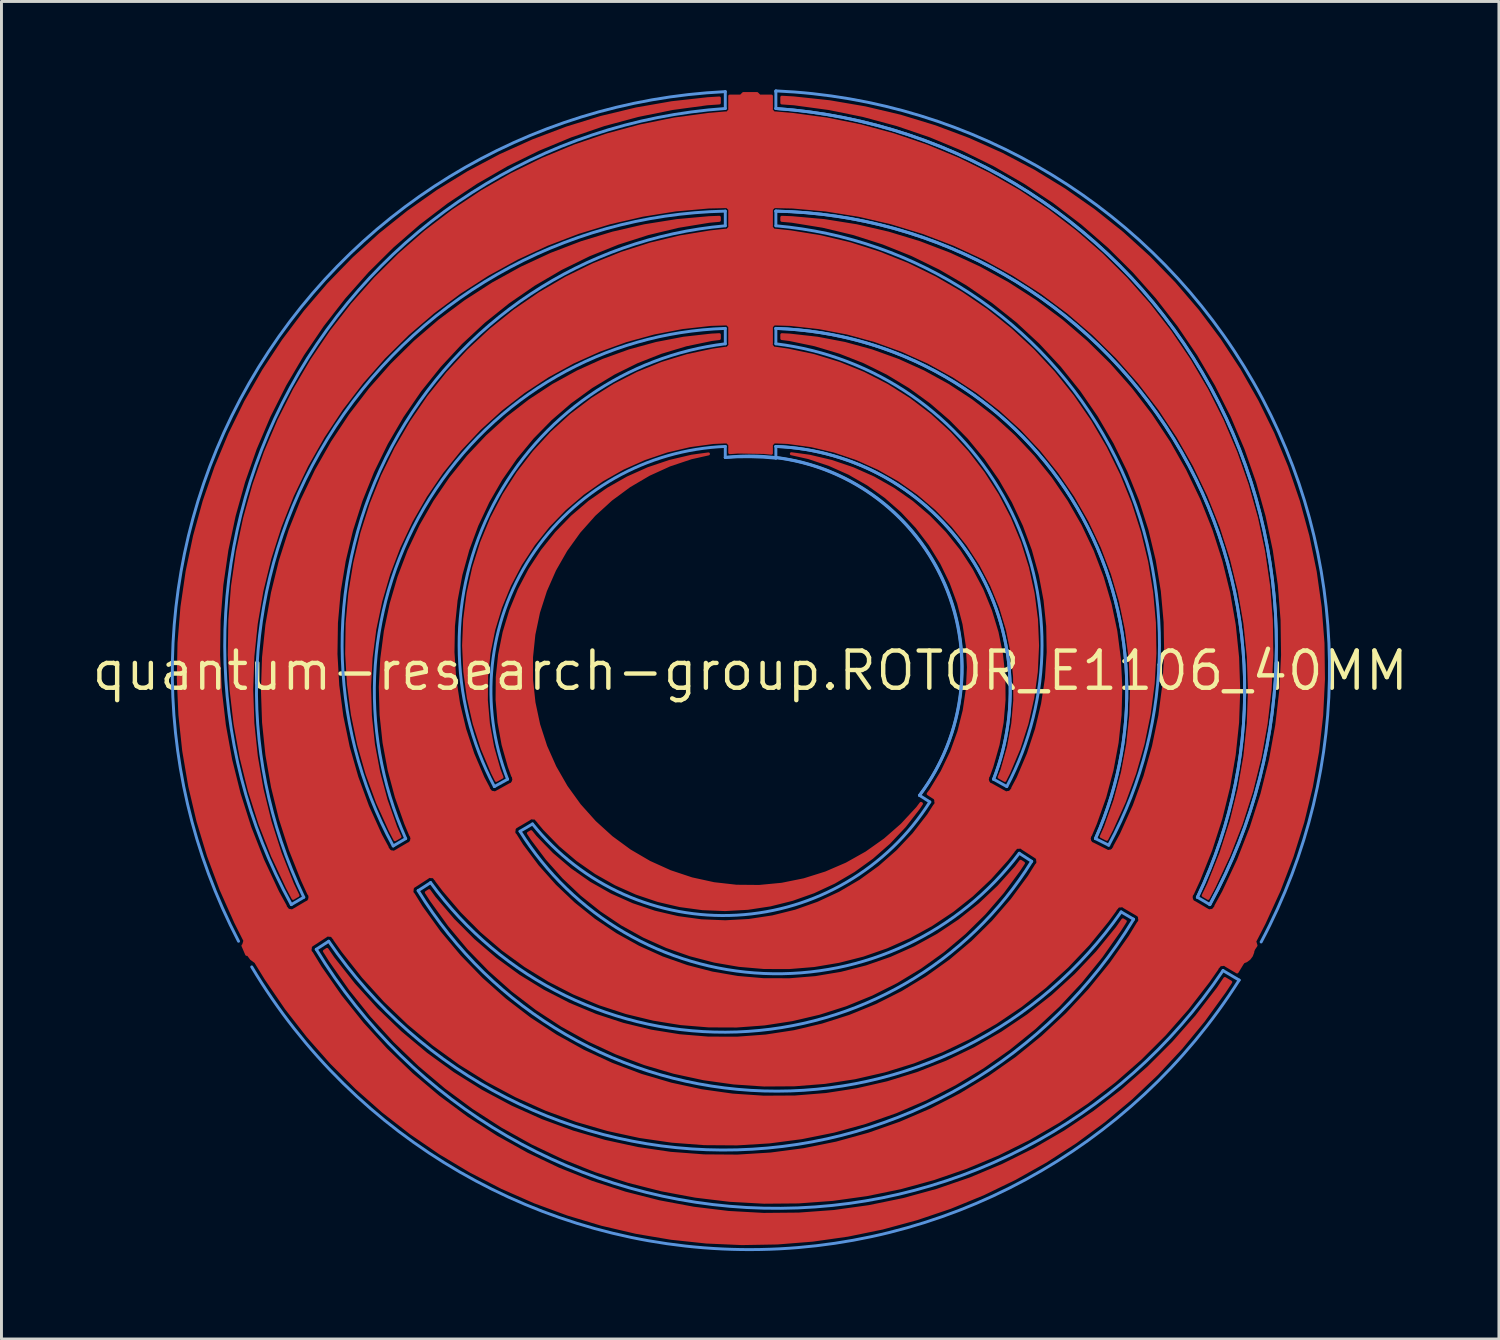
<source format=kicad_pcb>
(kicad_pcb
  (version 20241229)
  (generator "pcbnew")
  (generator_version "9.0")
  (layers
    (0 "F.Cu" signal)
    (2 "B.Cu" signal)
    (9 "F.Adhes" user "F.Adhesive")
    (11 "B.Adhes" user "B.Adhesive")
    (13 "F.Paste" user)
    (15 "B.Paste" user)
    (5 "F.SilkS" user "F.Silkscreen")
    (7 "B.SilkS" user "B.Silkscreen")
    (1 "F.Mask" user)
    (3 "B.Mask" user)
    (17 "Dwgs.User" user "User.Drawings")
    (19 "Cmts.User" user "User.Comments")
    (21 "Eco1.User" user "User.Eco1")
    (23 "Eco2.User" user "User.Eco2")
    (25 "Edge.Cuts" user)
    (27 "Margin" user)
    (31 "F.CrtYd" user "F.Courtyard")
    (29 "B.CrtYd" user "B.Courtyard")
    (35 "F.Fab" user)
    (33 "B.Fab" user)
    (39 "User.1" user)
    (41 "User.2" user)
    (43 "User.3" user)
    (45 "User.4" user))
  (footprint "quantum-research-group.ROTOR_E1106_40MM"
    (layer "F.Cu")
    (at 22.535 19.825)
    (property "Reference" "quantum-research-group.ROTOR_E1106_40MM" (at 0 0 0) (layer "F.SilkS") (effects (font (size 1.27 1.27) (thickness 0.15))))
    (attr smd)
    (fp_poly (pts (xy -0.423 -7.458) (xy -0.698 -7.438) (xy -0.698 -7.59) (xy -0.695 -7.593) (xy -0.698 -7.654) (xy -0.698 -7.713) (xy -0.7 -7.715) (xy -0.7 -7.719) (xy -0.746 -7.762) (xy -0.787 -7.802) (xy -0.79 -7.802) (xy -0.793 -7.805) (xy -0.854 -7.802) (xy -0.913 -7.802) (xy -0.915 -7.8) (xy -1.259 -7.785) (xy -1.26 -7.785) (xy -2.059 -7.676) (xy -2.059 -7.676) (xy -2.845 -7.491) (xy -2.845 -7.491) (xy -3.609 -7.232) (xy -3.61 -7.232) (xy -4.346 -6.902) (xy -4.346 -6.902) (xy -5.048 -6.504) (xy -5.048 -6.504) (xy -5.709 -6.04) (xy -5.709 -6.04) (xy -6.323 -5.516) (xy -6.323 -5.516) (xy -6.885 -4.936) (xy -7.389 -4.306) (xy -7.831 -3.631) (xy -8.206 -2.916) (xy -8.513 -2.169) (xy -8.747 -1.397) (xy -8.906 -0.606) (xy -8.99 0.197) (xy -8.998 1.004) (xy -8.928 1.808) (xy -8.783 2.602) (xy -8.783 2.602) (xy -8.563 3.379) (xy -8.563 3.379) (xy -8.465 3.631) (xy -8.66 3.74) (xy -8.791 3.478) (xy -9.139 2.653) (xy -9.414 1.8) (xy -9.612 0.926) (xy -9.733 0.038) (xy -9.775 -0.856) (xy -9.738 -1.752) (xy -9.623 -2.64) (xy -9.431 -3.515) (xy -9.162 -4.37) (xy -8.819 -5.197) (xy -8.405 -5.992) (xy -7.922 -6.746) (xy -7.375 -7.456) (xy -6.768 -8.115) (xy -6.105 -8.718) (xy -6.105 -8.718) (xy -5.392 -9.26) (xy -4.634 -9.738) (xy -3.837 -10.147) (xy -3.007 -10.484) (xy -2.151 -10.747) (xy -1.275 -10.934) (xy -0.839 -10.998) (xy -0.787 -10.998) (xy -0.779 -11.005) (xy -0.769 -11.006) (xy -0.735 -11.049) (xy -0.698 -11.087) (xy -0.698 -11.098) (xy -0.691 -11.106) (xy -0.698 -11.16) (xy -0.698 -11.615) (xy -0.696 -11.617) (xy -0.698 -11.678) (xy -0.698 -11.738) (xy -0.7 -11.74) (xy -0.7 -11.743) (xy -0.746 -11.786) (xy -0.787 -11.827) (xy -0.79 -11.827) (xy -0.792 -11.829) (xy -0.853 -11.827) (xy -0.913 -11.827) (xy -0.915 -11.825) (xy -1.345 -11.811) (xy -1.345 -11.811) (xy -2.32 -11.702) (xy -2.32 -11.702) (xy -3.283 -11.517) (xy -3.284 -11.517) (xy -4.229 -11.258) (xy -4.229 -11.258) (xy -5.152 -10.925) (xy -5.152 -10.925) (xy -6.046 -10.522) (xy -6.046 -10.522) (xy -6.906 -10.049) (xy -6.906 -10.049) (xy -7.726 -9.511) (xy -7.726 -9.511) (xy -8.502 -8.91) (xy -8.502 -8.91) (xy -9.228 -8.251) (xy -9.228 -8.251) (xy -9.228 -8.251) (xy -9.9 -7.537) (xy -9.9 -7.537) (xy -10.515 -6.772) (xy -10.515 -6.772) (xy -11.068 -5.962) (xy -11.068 -5.962) (xy -11.556 -5.111) (xy -11.556 -5.111) (xy -11.976 -4.224) (xy -11.976 -4.224) (xy -12.325 -3.307) (xy -12.325 -3.307) (xy -12.601 -2.366) (xy -12.601 -2.366) (xy -12.803 -1.406) (xy -12.803 -1.406) (xy -12.93 -0.434) (xy -12.93 -0.433) (xy -12.98 0.546) (xy -12.98 0.546) (xy -12.953 1.527) (xy -12.953 1.527) (xy -12.85 2.502) (xy -12.85 2.502) (xy -12.67 3.467) (xy -12.416 4.414) (xy -12.088 5.339) (xy -11.944 5.663) (xy -12.114 5.762) (xy -12.281 5.441) (xy -12.71 4.492) (xy -13.068 3.515) (xy -13.354 2.515) (xy -13.566 1.496) (xy -13.702 0.464) (xy -13.762 -0.575) (xy -13.747 -1.615) (xy -13.655 -2.652) (xy -13.487 -3.679) (xy -13.245 -4.691) (xy -12.929 -5.683) (xy -12.541 -6.649) (xy -12.084 -7.583) (xy -11.559 -8.482) (xy -10.971 -9.34) (xy -10.32 -10.153) (xy -9.612 -10.915) (xy -8.851 -11.624) (xy -8.039 -12.275) (xy -7.181 -12.865) (xy -6.283 -13.391) (xy -5.349 -13.849) (xy -4.384 -14.238) (xy -3.392 -14.555) (xy -2.381 -14.798) (xy -1.354 -14.967) (xy -0.843 -15.023) (xy -0.787 -15.023) (xy -0.781 -15.028) (xy -0.773 -15.029) (xy -0.737 -15.073) (xy -0.698 -15.112) (xy -0.698 -15.12) (xy -0.693 -15.126) (xy -0.698 -15.182) (xy -0.698 -15.614) (xy -0.696 -15.615) (xy -0.698 -15.679) (xy -0.698 -15.738) (xy -0.699 -15.739) (xy -0.699 -15.741) (xy -0.746 -15.787) (xy -0.787 -15.827) (xy -0.789 -15.827) (xy -0.79 -15.829) (xy -0.853 -15.827) (xy -0.913 -15.827) (xy -0.914 -15.826) (xy -1.421 -15.815) (xy -1.421 -15.815) (xy -2.552 -15.714) (xy -2.553 -15.714) (xy -3.674 -15.534) (xy -3.674 -15.534) (xy -4.781 -15.278) (xy -4.781 -15.278) (xy -5.867 -14.947) (xy -5.867 -14.947) (xy -6.928 -14.541) (xy -6.929 -14.541) (xy -7.959 -14.063) (xy -7.959 -14.063) (xy -8.954 -13.515) (xy -8.954 -13.515) (xy -9.91 -12.9) (xy -9.91 -12.9) (xy -10.82 -12.221) (xy -10.82 -12.221) (xy -11.682 -11.481) (xy -11.682 -11.48) (xy -12.491 -10.682) (xy -13.242 -9.831) (xy -13.934 -8.929) (xy -14.561 -7.982) (xy -15.122 -6.995) (xy -15.614 -5.971) (xy -16.034 -4.915) (xy -16.38 -3.833) (xy -16.651 -2.73) (xy -16.845 -1.61) (xy -16.962 -0.48) (xy -17 0.655) (xy -16.961 1.79) (xy -16.843 2.92) (xy -16.648 4.039) (xy -16.648 4.039) (xy -16.376 5.142) (xy -16.376 5.142) (xy -16.029 6.224) (xy -16.029 6.224) (xy -15.608 7.279) (xy -15.608 7.279) (xy -15.423 7.665) (xy -15.59 7.763) (xy -15.791 7.382) (xy -16.29 6.317) (xy -16.72 5.222) (xy -17.077 4.101) (xy -17.361 2.96) (xy -17.571 1.803) (xy -17.706 0.634) (xy -17.765 -0.54) (xy -17.748 -1.716) (xy -17.656 -2.889) (xy -17.487 -4.053) (xy -17.244 -5.203) (xy -16.927 -6.336) (xy -16.538 -7.446) (xy -16.078 -8.528) (xy -15.548 -9.578) (xy -14.952 -10.592) (xy -14.292 -11.566) (xy -13.57 -12.494) (xy -12.79 -13.374) (xy -11.955 -14.202) (xy -11.068 -14.974) (xy -10.133 -15.688) (xy -9.153 -16.339) (xy -8.134 -16.926) (xy -7.079 -17.445) (xy -5.992 -17.896) (xy -4.879 -18.275) (xy -3.744 -18.582) (xy -2.591 -18.815) (xy -1.425 -18.972) (xy -0.844 -19.023) (xy -0.787 -19.023) (xy -0.783 -19.027) (xy -0.776 -19.027) (xy -0.738 -19.072) (xy -0.698 -19.112) (xy -0.698 -19.118) (xy -0.694 -19.123) (xy -0.698 -19.18) (xy -0.698 -19.598) (xy -0.318 -19.598) (xy -0.231 -19.685) (xy 0.231 -19.685) (xy 0.318 -19.598) (xy 0.723 -19.598) (xy 0.723 -19.18) (xy 0.719 -19.123) (xy 0.723 -19.118) (xy 0.723 -19.112) (xy 0.763 -19.072) (xy 0.801 -19.027) (xy 0.808 -19.027) (xy 0.812 -19.023) (xy 0.869 -19.023) (xy 1.45 -18.972) (xy 2.616 -18.815) (xy 3.769 -18.582) (xy 4.904 -18.275) (xy 6.017 -17.896) (xy 7.104 -17.445) (xy 8.159 -16.926) (xy 9.178 -16.339) (xy 10.157 -15.688) (xy 11.092 -14.974) (xy 11.98 -14.202) (xy 12.815 -13.374) (xy 13.595 -12.494) (xy 14.317 -11.566) (xy 14.977 -10.592) (xy 15.573 -9.579) (xy 16.102 -8.528) (xy 16.563 -7.446) (xy 16.952 -6.336) (xy 17.269 -5.204) (xy 17.512 -4.053) (xy 17.681 -2.889) (xy 17.773 -1.716) (xy 17.79 -0.54) (xy 17.731 0.634) (xy 17.596 1.803) (xy 17.386 2.96) (xy 17.102 4.101) (xy 16.744 5.221) (xy 16.315 6.317) (xy 15.816 7.382) (xy 15.615 7.763) (xy 15.448 7.665) (xy 15.633 7.279) (xy 15.633 7.279) (xy 16.054 6.224) (xy 16.054 6.224) (xy 16.401 5.142) (xy 16.401 5.142) (xy 16.673 4.039) (xy 16.673 4.039) (xy 16.868 2.92) (xy 16.986 1.79) (xy 17.025 0.655) (xy 16.987 -0.48) (xy 16.87 -1.611) (xy 16.676 -2.73) (xy 16.405 -3.833) (xy 16.059 -4.915) (xy 15.639 -5.971) (xy 15.147 -6.995) (xy 14.586 -7.983) (xy 13.959 -8.93) (xy 13.958 -8.93) (xy 13.267 -9.831) (xy 12.515 -10.682) (xy 12.515 -10.683) (xy 12.515 -10.683) (xy 11.707 -11.48) (xy 11.707 -11.48) (xy 10.845 -12.221) (xy 10.845 -12.221) (xy 9.935 -12.9) (xy 9.934 -12.9) (xy 8.979 -13.515) (xy 8.979 -13.515) (xy 7.984 -14.063) (xy 7.984 -14.063) (xy 6.954 -14.541) (xy 6.954 -14.541) (xy 5.893 -14.946) (xy 5.892 -14.946) (xy 4.806 -15.278) (xy 4.806 -15.278) (xy 3.699 -15.534) (xy 3.699 -15.534) (xy 2.578 -15.714) (xy 2.577 -15.714) (xy 1.446 -15.815) (xy 1.446 -15.815) (xy 0.939 -15.826) (xy 0.938 -15.827) (xy 0.874 -15.827) (xy 0.815 -15.829) (xy 0.814 -15.827) (xy 0.812 -15.827) (xy 0.769 -15.784) (xy 0.724 -15.741) (xy 0.724 -15.739) (xy 0.723 -15.738) (xy 0.723 -15.679) (xy 0.721 -15.615) (xy 0.723 -15.614) (xy 0.723 -15.182) (xy 0.718 -15.126) (xy 0.723 -15.12) (xy 0.723 -15.112) (xy 0.762 -15.073) (xy 0.799 -15.029) (xy 0.807 -15.028) (xy 0.812 -15.023) (xy 0.867 -15.023) (xy 1.379 -14.968) (xy 2.405 -14.801) (xy 3.417 -14.559) (xy 4.408 -14.243) (xy 5.374 -13.856) (xy 6.308 -13.399) (xy 7.207 -12.875) (xy 8.065 -12.287) (xy 8.065 -12.287) (xy 8.877 -11.637) (xy 8.877 -11.637) (xy 9.64 -10.93) (xy 10.348 -10.168) (xy 10.999 -9.357) (xy 11.589 -8.5) (xy 12.115 -7.603) (xy 12.573 -6.669) (xy 12.962 -5.704) (xy 13.279 -4.713) (xy 13.523 -3.702) (xy 13.692 -2.675) (xy 13.785 -1.639) (xy 13.803 -0.599) (xy 13.743 0.439) (xy 13.609 1.47) (xy 13.399 2.489) (xy 13.114 3.49) (xy 12.758 4.467) (xy 12.33 5.415) (xy 12.159 5.747) (xy 11.973 5.654) (xy 12.113 5.339) (xy 12.113 5.339) (xy 12.441 4.414) (xy 12.441 4.414) (xy 12.695 3.467) (xy 12.695 3.466) (xy 12.874 2.502) (xy 12.874 2.502) (xy 12.978 1.527) (xy 12.978 1.527) (xy 13.005 0.546) (xy 13.005 0.546) (xy 12.955 -0.433) (xy 12.955 -0.434) (xy 12.828 -1.406) (xy 12.828 -1.406) (xy 12.626 -2.366) (xy 12.35 -3.307) (xy 12.35 -3.308) (xy 12.001 -4.224) (xy 12.001 -4.224) (xy 11.581 -5.111) (xy 11.581 -5.111) (xy 11.093 -5.962) (xy 11.093 -5.962) (xy 10.54 -6.772) (xy 10.54 -6.772) (xy 9.925 -7.537) (xy 9.925 -7.537) (xy 9.253 -8.251) (xy 9.253 -8.251) (xy 8.527 -8.91) (xy 8.527 -8.91) (xy 7.751 -9.511) (xy 7.751 -9.511) (xy 6.931 -10.049) (xy 6.931 -10.049) (xy 6.071 -10.522) (xy 6.071 -10.522) (xy 5.177 -10.925) (xy 5.177 -10.925) (xy 4.255 -11.258) (xy 4.255 -11.258) (xy 3.308 -11.518) (xy 3.308 -11.518) (xy 2.345 -11.702) (xy 2.345 -11.702) (xy 1.37 -11.811) (xy 1.37 -11.811) (xy 0.94 -11.825) (xy 0.938 -11.827) (xy 0.876 -11.827) (xy 0.817 -11.829) (xy 0.815 -11.827) (xy 0.812 -11.827) (xy 0.77 -11.785) (xy 0.725 -11.743) (xy 0.725 -11.74) (xy 0.723 -11.738) (xy 0.723 -11.677) (xy 0.721 -11.617) (xy 0.723 -11.615) (xy 0.723 -11.159) (xy 0.716 -11.106) (xy 0.723 -11.098) (xy 0.723 -11.087) (xy 0.76 -11.049) (xy 0.794 -11.006) (xy 0.804 -11.005) (xy 0.812 -10.998) (xy 0.864 -10.998) (xy 1.3 -10.934) (xy 2.176 -10.747) (xy 3.032 -10.484) (xy 3.862 -10.147) (xy 4.659 -9.738) (xy 5.417 -9.26) (xy 6.13 -8.718) (xy 6.793 -8.115) (xy 7.4 -7.456) (xy 7.947 -6.746) (xy 8.43 -5.992) (xy 8.844 -5.197) (xy 9.187 -4.37) (xy 9.456 -3.515) (xy 9.648 -2.64) (xy 9.648 -2.64) (xy 9.763 -1.752) (xy 9.8 -0.856) (xy 9.758 0.038) (xy 9.637 0.926) (xy 9.439 1.8) (xy 9.164 2.653) (xy 8.816 3.478) (xy 8.685 3.74) (xy 8.49 3.631) (xy 8.588 3.379) (xy 8.588 3.379) (xy 8.808 2.602) (xy 8.808 2.602) (xy 8.953 1.808) (xy 9.023 1.004) (xy 9.023 1.004) (xy 9.015 0.197) (xy 9.015 0.197) (xy 8.931 -0.606) (xy 8.931 -0.606) (xy 8.772 -1.397) (xy 8.772 -1.397) (xy 8.538 -2.169) (xy 8.538 -2.169) (xy 8.231 -2.916) (xy 8.231 -2.916) (xy 7.856 -3.631) (xy 7.856 -3.631) (xy 7.414 -4.306) (xy 7.414 -4.306) (xy 6.91 -4.936) (xy 6.91 -4.936) (xy 6.348 -5.516) (xy 6.348 -5.516) (xy 5.734 -6.04) (xy 5.734 -6.04) (xy 5.073 -6.504) (xy 5.073 -6.504) (xy 4.371 -6.902) (xy 4.371 -6.902) (xy 3.635 -7.232) (xy 3.634 -7.232) (xy 2.87 -7.491) (xy 2.87 -7.491) (xy 2.084 -7.676) (xy 2.084 -7.676) (xy 1.284 -7.785) (xy 1.284 -7.785) (xy 0.941 -7.8) (xy 0.938 -7.802) (xy 0.876 -7.802) (xy 0.818 -7.805) (xy 0.816 -7.802) (xy 0.812 -7.802) (xy 0.77 -7.76) (xy 0.725 -7.719) (xy 0.725 -7.715) (xy 0.723 -7.713) (xy 0.723 -7.654) (xy 0.72 -7.593) (xy 0.723 -7.59) (xy 0.723 -7.418) (xy 0.454 -7.445)) (stroke (width 0.102) (type default)) (fill yes) (layer "F.Cu"))
    (fp_poly (pts (xy 9.485 2.836) (xy 9.763 1.993) (xy 9.97 1.13) (xy 10.103 0.252) (xy 10.162 -0.633) (xy 10.146 -1.521) (xy 10.055 -2.404) (xy 9.891 -3.276) (xy 9.654 -4.131) (xy 9.346 -4.964) (xy 9.346 -4.964) (xy 8.969 -5.768) (xy 8.969 -5.768) (xy 8.526 -6.537) (xy 8.526 -6.537) (xy 8.019 -7.266) (xy 8.019 -7.266) (xy 7.454 -7.95) (xy 7.454 -7.95) (xy 6.832 -8.584) (xy 6.832 -8.584) (xy 6.16 -9.163) (xy 6.16 -9.163) (xy 5.441 -9.684) (xy 5.441 -9.684) (xy 4.681 -10.143) (xy 4.681 -10.143) (xy 3.886 -10.536) (xy 3.885 -10.536) (xy 3.059 -10.861) (xy 3.059 -10.861) (xy 2.209 -11.116) (xy 2.209 -11.116) (xy 1.34 -11.297) (xy 1.34 -11.297) (xy 1.078 -11.33) (xy 1.078 -11.461) (xy 1.344 -11.447) (xy 2.29 -11.341) (xy 3.226 -11.162) (xy 4.144 -10.91) (xy 5.04 -10.587) (xy 5.908 -10.195) (xy 6.743 -9.736) (xy 7.539 -9.214) (xy 8.292 -8.631) (xy 8.997 -7.99) (xy 9.65 -7.297) (xy 10.247 -6.555) (xy 10.784 -5.768) (xy 11.257 -4.942) (xy 11.665 -4.081) (xy 12.004 -3.191) (xy 12.272 -2.277) (xy 12.469 -1.345) (xy 12.591 -0.401) (xy 12.64 0.55) (xy 12.614 1.502) (xy 12.513 2.45) (xy 12.339 3.386) (xy 12.092 4.306) (xy 11.774 5.204) (xy 11.603 5.609) (xy 11.572 5.641) (xy 11.572 5.682) (xy 11.555 5.719) (xy 11.572 5.763) (xy 11.572 5.809) (xy 11.601 5.838) (xy 11.616 5.876) (xy 11.689 5.909) (xy 12.131 6.13) (xy 12.202 6.169) (xy 12.254 6.153) (xy 12.309 6.153) (xy 12.332 6.13) (xy 12.364 6.121) (xy 12.39 6.072) (xy 12.428 6.034) (xy 12.428 6.002) (xy 12.658 5.578) (xy 12.658 5.578) (xy 13.096 4.605) (xy 13.096 4.605) (xy 13.462 3.603) (xy 13.462 3.603) (xy 13.753 2.576) (xy 13.753 2.576) (xy 13.969 1.531) (xy 13.969 1.531) (xy 14.107 0.473) (xy 14.107 0.473) (xy 14.168 -0.592) (xy 14.168 -0.592) (xy 14.15 -1.659) (xy 14.054 -2.722) (xy 13.881 -3.774) (xy 13.631 -4.812) (xy 13.306 -5.828) (xy 12.907 -6.817) (xy 12.437 -7.775) (xy 11.898 -8.696) (xy 11.293 -9.575) (xy 10.625 -10.407) (xy 10.625 -10.407) (xy 9.898 -11.188) (xy 9.898 -11.188) (xy 9.115 -11.914) (xy 8.282 -12.58) (xy 7.402 -13.184) (xy 7.402 -13.184) (xy 6.481 -13.721) (xy 6.481 -13.721) (xy 5.522 -14.19) (xy 5.522 -14.19) (xy 4.532 -14.587) (xy 4.532 -14.587) (xy 3.515 -14.911) (xy 3.515 -14.911) (xy 2.477 -15.159) (xy 2.477 -15.159) (xy 1.424 -15.33) (xy 1.424 -15.33) (xy 1.078 -15.361) (xy 1.078 -15.464) (xy 1.426 -15.451) (xy 2.532 -15.351) (xy 3.629 -15.176) (xy 4.711 -14.925) (xy 5.774 -14.601) (xy 6.811 -14.204) (xy 7.819 -13.737) (xy 8.792 -13.201) (xy 9.726 -12.6) (xy 10.617 -11.936) (xy 11.459 -11.212) (xy 12.25 -10.432) (xy 12.985 -9.599) (xy 12.985 -9.599) (xy 13.661 -8.717) (xy 14.275 -7.792) (xy 14.823 -6.825) (xy 15.304 -5.824) (xy 15.715 -4.792) (xy 16.053 -3.734) (xy 16.318 -2.655) (xy 16.508 -1.56) (xy 16.622 -0.456) (xy 16.66 0.655) (xy 16.622 1.765) (xy 16.506 2.87) (xy 16.316 3.964) (xy 16.05 5.043) (xy 15.71 6.1) (xy 15.299 7.132) (xy 15.081 7.607) (xy 15.047 7.641) (xy 15.047 7.678) (xy 15.03 7.713) (xy 15.047 7.76) (xy 15.047 7.809) (xy 15.074 7.836) (xy 15.086 7.872) (xy 15.155 7.905) (xy 15.502 8.109) (xy 15.503 8.112) (xy 15.574 8.151) (xy 15.62 8.178) (xy 15.623 8.178) (xy 15.651 8.194) (xy 15.704 8.178) (xy 15.759 8.178) (xy 15.782 8.155) (xy 15.812 8.147) (xy 15.839 8.098) (xy 15.878 8.059) (xy 15.878 8.027) (xy 16.142 7.547) (xy 16.142 7.547) (xy 16.651 6.461) (xy 16.651 6.461) (xy 17.088 5.344) (xy 17.088 5.344) (xy 17.453 4.201) (xy 17.453 4.201) (xy 17.743 3.037) (xy 17.743 3.037) (xy 17.957 1.856) (xy 17.957 1.856) (xy 18.095 0.664) (xy 18.155 -0.534) (xy 18.155 -0.534) (xy 18.138 -1.733) (xy 18.138 -1.733) (xy 18.044 -2.929) (xy 18.044 -2.929) (xy 17.872 -4.117) (xy 17.872 -4.117) (xy 17.624 -5.29) (xy 17.624 -5.29) (xy 17.3 -6.446) (xy 17.3 -6.446) (xy 16.903 -7.578) (xy 16.903 -7.578) (xy 16.434 -8.682) (xy 16.434 -8.682) (xy 15.894 -9.753) (xy 15.894 -9.753) (xy 15.286 -10.787) (xy 15.286 -10.787) (xy 14.612 -11.78) (xy 14.612 -11.78) (xy 13.876 -12.727) (xy 13.876 -12.728) (xy 13.08 -13.625) (xy 13.08 -13.625) (xy 13.08 -13.625) (xy 12.228 -14.47) (xy 12.228 -14.47) (xy 11.323 -15.257) (xy 11.323 -15.257) (xy 10.369 -15.985) (xy 10.369 -15.985) (xy 9.37 -16.649) (xy 9.37 -16.649) (xy 8.331 -17.248) (xy 8.331 -17.248) (xy 7.255 -17.778) (xy 7.254 -17.778) (xy 6.146 -18.238) (xy 6.146 -18.238) (xy 5.011 -18.625) (xy 3.852 -18.937) (xy 2.676 -19.175) (xy 1.488 -19.336) (xy 1.078 -19.364) (xy 1.078 -19.559) (xy 1.481 -19.536) (xy 2.706 -19.405) (xy 3.92 -19.197) (xy 5.119 -18.913) (xy 6.298 -18.554) (xy 7.451 -18.121) (xy 8.575 -17.617) (xy 9.665 -17.043) (xy 10.716 -16.401) (xy 11.725 -15.694) (xy 12.688 -14.925) (xy 13.6 -14.097) (xy 14.458 -13.213) (xy 15.259 -12.277) (xy 15.999 -11.292) (xy 16.675 -10.262) (xy 17.285 -9.192) (xy 17.827 -8.086) (xy 18.297 -6.947) (xy 18.695 -5.781) (xy 19.019 -4.593) (xy 19.267 -3.386) (xy 19.268 -3.386) (xy 19.439 -2.166) (xy 19.534 -0.938) (xy 19.55 0.294) (xy 19.489 1.524) (xy 19.351 2.748) (xy 19.136 3.961) (xy 18.845 5.158) (xy 18.478 6.335) (xy 18.039 7.486) (xy 17.528 8.606) (xy 17.246 9.154) (xy 17.206 9.228) (xy 17.249 9.369) (xy 17.064 9.647) (xy 17.016 9.647) (xy 16.939 9.724) (xy 16.605 10.273) (xy 16.234 10.053) (xy 16.169 10.009) (xy 16.105 10.022) (xy 16.041 10.022) (xy 16.025 10.037) (xy 16.003 10.042) (xy 15.967 10.095) (xy 15.922 10.141) (xy 15.922 10.161) (xy 15.621 10.593) (xy 14.904 11.522) (xy 14.129 12.403) (xy 13.299 13.232) (xy 12.417 14.005) (xy 12.417 14.005) (xy 11.486 14.72) (xy 10.512 15.374) (xy 9.497 15.963) (xy 8.447 16.485) (xy 7.364 16.938) (xy 6.255 17.321) (xy 5.124 17.631) (xy 3.974 17.867) (xy 2.812 18.029) (xy 1.642 18.115) (xy 0.469 18.125) (xy -0.703 18.06) (xy -1.867 17.919) (xy -3.021 17.703) (xy -4.158 17.413) (xy -5.274 17.051) (xy -6.364 16.616) (xy -7.423 16.113) (xy -8.448 15.542) (xy -9.434 14.906) (xy -10.377 14.208) (xy -11.273 13.45) (xy -12.118 12.636) (xy -12.909 11.769) (xy -13.642 10.853) (xy -14.314 9.891) (xy -14.521 9.562) (xy -14.431 9.503) (xy -14.222 9.81) (xy -14.222 9.81) (xy -13.516 10.704) (xy -13.516 10.704) (xy -12.75 11.548) (xy -12.75 11.548) (xy -12.75 11.548) (xy -11.928 12.337) (xy -11.928 12.337) (xy -11.054 13.068) (xy -11.054 13.068) (xy -10.132 13.737) (xy -10.131 13.737) (xy -9.165 14.34) (xy -9.165 14.34) (xy -8.16 14.876) (xy -8.159 14.876) (xy -7.12 15.341) (xy -7.119 15.341) (xy -6.05 15.733) (xy -6.05 15.733) (xy -4.956 16.051) (xy -4.956 16.051) (xy -3.842 16.293) (xy -3.842 16.293) (xy -2.715 16.458) (xy -2.715 16.458) (xy -1.579 16.544) (xy -1.579 16.544) (xy -0.44 16.552) (xy 0.698 16.482) (xy 1.827 16.334) (xy 2.944 16.108) (xy 4.043 15.805) (xy 5.118 15.428) (xy 6.164 14.978) (xy 7.177 14.457) (xy 8.152 13.867) (xy 9.084 13.212) (xy 9.969 12.493) (xy 9.969 12.493) (xy 10.802 11.716) (xy 10.802 11.716) (xy 11.579 10.883) (xy 12.298 9.999) (xy 12.954 9.068) (xy 12.954 9.068) (xy 13.236 8.601) (xy 13.278 8.559) (xy 13.278 8.532) (xy 13.292 8.508) (xy 13.278 8.45) (xy 13.278 8.391) (xy 13.259 8.372) (xy 13.252 8.345) (xy 13.201 8.314) (xy 13.2 8.313) (xy 13.184 8.303) (xy 13.108 8.258) (xy 13.107 8.258) (xy 12.76 8.054) (xy 12.698 8.01) (xy 12.632 8.022) (xy 12.566 8.022) (xy 12.552 8.036) (xy 12.532 8.039) (xy 12.494 8.094) (xy 12.447 8.141) (xy 12.447 8.159) (xy 12.178 8.527) (xy 11.523 9.33) (xy 10.81 10.083) (xy 10.044 10.782) (xy 9.229 11.423) (xy 8.369 12.002) (xy 7.469 12.517) (xy 6.534 12.964) (xy 5.569 13.342) (xy 4.578 13.648) (xy 3.568 13.88) (xy 2.543 14.039) (xy 1.51 14.121) (xy 0.473 14.128) (xy -0.561 14.058) (xy -1.588 13.914) (xy -2.601 13.694) (xy -3.595 13.401) (xy -4.566 13.035) (xy -5.506 12.6) (xy -6.413 12.097) (xy -7.28 11.529) (xy -8.103 10.899) (xy -8.878 10.21) (xy -9.601 9.466) (xy -10.266 8.671) (xy -10.872 7.83) (xy -11.045 7.561) (xy -10.951 7.5) (xy -10.775 7.742) (xy -10.775 7.742) (xy -10.137 8.491) (xy -10.137 8.491) (xy -10.137 8.491) (xy -9.442 9.188) (xy -9.442 9.188) (xy -8.694 9.828) (xy -8.694 9.828) (xy -7.899 10.408) (xy -7.899 10.408) (xy -7.061 10.923) (xy -7.061 10.923) (xy -6.185 11.372) (xy -6.185 11.372) (xy -5.277 11.751) (xy -5.277 11.751) (xy -4.342 12.057) (xy -4.342 12.057) (xy -3.386 12.29) (xy -3.386 12.29) (xy -2.414 12.447) (xy -2.414 12.447) (xy -1.434 12.528) (xy -1.433 12.528) (xy -0.45 12.531) (xy -0.449 12.531) (xy 0.532 12.458) (xy 1.504 12.309) (xy 2.462 12.083) (xy 3.4 11.784) (xy 4.311 11.412) (xy 5.19 10.97) (xy 6.032 10.46) (xy 6.832 9.887) (xy 7.584 9.252) (xy 7.584 9.252) (xy 8.284 8.561) (xy 8.928 7.817) (xy 9.512 7.025) (xy 9.76 6.627) (xy 9.803 6.584) (xy 9.803 6.558) (xy 9.817 6.536) (xy 9.803 6.476) (xy 9.803 6.416) (xy 9.785 6.397) (xy 9.779 6.372) (xy 9.705 6.326) (xy 9.292 6.059) (xy 9.23 6.012) (xy 9.16 6.022) (xy 9.091 6.022) (xy 9.08 6.033) (xy 9.064 6.035) (xy 9.021 6.091) (xy 8.972 6.141) (xy 8.972 6.155) (xy 8.748 6.438) (xy 8.179 7.073) (xy 7.558 7.658) (xy 6.889 8.188) (xy 6.179 8.661) (xy 5.431 9.072) (xy 4.652 9.419) (xy 3.846 9.7) (xy 3.846 9.7) (xy 3.019 9.911) (xy 2.178 10.053) (xy 1.328 10.123) (xy 0.474 10.121) (xy -0.376 10.048) (xy -1.217 9.903) (xy -2.042 9.688) (xy -2.847 9.405) (xy -3.625 9.055) (xy -4.371 8.641) (xy -5.08 8.165) (xy -5.746 7.632) (xy -6.365 7.044) (xy -6.932 6.407) (xy -7.444 5.724) (xy -7.563 5.542) (xy -7.473 5.489) (xy -7.329 5.669) (xy -7.329 5.669) (xy -6.763 6.252) (xy -6.763 6.252) (xy -6.144 6.778) (xy -6.144 6.778) (xy -5.479 7.244) (xy -5.478 7.244) (xy -4.771 7.644) (xy -4.771 7.644) (xy -4.029 7.975) (xy -4.029 7.975) (xy -3.26 8.234) (xy -3.259 8.234) (xy -2.468 8.419) (xy -2.468 8.419) (xy -1.663 8.528) (xy -1.663 8.528) (xy -0.852 8.561) (xy -0.851 8.561) (xy -0.04 8.516) (xy -0.04 8.516) (xy 0.763 8.394) (xy 0.763 8.394) (xy 1.551 8.197) (xy 1.551 8.197) (xy 2.317 7.926) (xy 2.317 7.926) (xy 3.054 7.583) (xy 3.054 7.583) (xy 3.754 7.172) (xy 3.755 7.172) (xy 4.413 6.696) (xy 4.413 6.696) (xy 5.024 6.16) (xy 5.024 6.16) (xy 5.024 6.16) (xy 5.581 5.569) (xy 5.581 5.568) (xy 6.079 4.927) (xy 6.079 4.927) (xy 6.285 4.603) (xy 6.328 4.559) (xy 6.328 4.534) (xy 6.342 4.513) (xy 6.328 4.452) (xy 6.328 4.391) (xy 6.31 4.373) (xy 6.305 4.348) (xy 6.228 4.3) (xy 6.069 4.197) (xy 6.16 4.076) (xy 6.16 4.076) (xy 6.545 3.442) (xy 6.545 3.441) (xy 6.866 2.772) (xy 6.866 2.772) (xy 7.117 2.074) (xy 7.117 2.074) (xy 7.298 1.354) (xy 7.298 1.354) (xy 7.407 0.62) (xy 7.407 0.62) (xy 7.442 -0.121) (xy 7.442 -0.121) (xy 7.402 -0.862) (xy 7.402 -0.862) (xy 7.29 -1.595) (xy 7.29 -1.595) (xy 7.104 -2.314) (xy 7.104 -2.314) (xy 6.848 -3.01) (xy 6.848 -3.01) (xy 6.524 -3.678) (xy 6.524 -3.678) (xy 6.135 -4.31) (xy 6.135 -4.31) (xy 5.686 -4.9) (xy 5.686 -4.9) (xy 5.179 -5.442) (xy 5.179 -5.442) (xy 4.621 -5.932) (xy 4.621 -5.932) (xy 4.017 -6.363) (xy 4.017 -6.363) (xy 3.373 -6.732) (xy 3.373 -6.732) (xy 2.696 -7.035) (xy 2.696 -7.035) (xy 1.992 -7.269) (xy 1.992 -7.269) (xy 1.403 -7.401) (xy 2.018 -7.317) (xy 2.769 -7.14) (xy 3.501 -6.892) (xy 4.206 -6.577) (xy 4.878 -6.195) (xy 5.511 -5.752) (xy 6.098 -5.25) (xy 6.636 -4.695) (xy 7.118 -4.092) (xy 7.541 -3.445) (xy 7.901 -2.762) (xy 8.194 -2.047) (xy 8.418 -1.308) (xy 8.571 -0.551) (xy 8.651 0.218) (xy 8.658 0.99) (xy 8.592 1.76) (xy 8.453 2.52) (xy 8.242 3.263) (xy 8.124 3.588) (xy 8.097 3.616) (xy 8.097 3.662) (xy 8.08 3.705) (xy 8.097 3.743) (xy 8.097 3.784) (xy 8.129 3.817) (xy 8.148 3.859) (xy 8.214 3.884) (xy 8.58 4.088) (xy 8.581 4.09) (xy 8.655 4.129) (xy 8.697 4.153) (xy 8.699 4.153) (xy 8.729 4.169) (xy 8.781 4.153) (xy 8.834 4.153) (xy 8.858 4.129) (xy 8.89 4.119) (xy 8.915 4.072) (xy 8.953 4.034) (xy 8.953 4) (xy 9.137 3.653)) (stroke (width 0.102) (type default)) (fill yes) (layer "F.Cu"))
    (fp_poly (pts (xy -17.3 9.376) (xy -17.281 9.366) (xy -17.231 9.205) (xy -17.27 9.131) (xy -17.546 8.582) (xy -18.046 7.46) (xy -18.476 6.309) (xy -18.832 5.134) (xy -19.114 3.938) (xy -19.32 2.728) (xy -19.45 1.506) (xy -19.504 0.279) (xy -19.48 -0.949) (xy -19.38 -2.173) (xy -19.203 -3.388) (xy -18.951 -4.59) (xy -18.624 -5.774) (xy -18.223 -6.936) (xy -17.75 -8.069) (xy -17.208 -9.171) (xy -16.597 -10.237) (xy -15.921 -11.262) (xy -15.182 -12.243) (xy -14.383 -13.176) (xy -13.527 -14.057) (xy -12.618 -14.883) (xy -12.618 -14.883) (xy -11.659 -15.65) (xy -10.654 -16.356) (xy -9.606 -16.997) (xy -8.52 -17.572) (xy -7.401 -18.077) (xy -6.252 -18.511) (xy -5.078 -18.873) (xy -3.884 -19.16) (xy -2.674 -19.372) (xy -1.453 -19.508) (xy -1.053 -19.533) (xy -1.053 -19.364) (xy -1.462 -19.336) (xy -1.463 -19.336) (xy -2.651 -19.175) (xy -2.651 -19.175) (xy -3.827 -18.937) (xy -3.827 -18.937) (xy -4.986 -18.625) (xy -4.986 -18.625) (xy -6.121 -18.238) (xy -6.121 -18.238) (xy -7.229 -17.778) (xy -7.229 -17.778) (xy -8.306 -17.248) (xy -8.306 -17.248) (xy -9.345 -16.649) (xy -9.345 -16.649) (xy -10.344 -15.985) (xy -11.298 -15.257) (xy -12.203 -14.47) (xy -12.203 -14.47) (xy -13.055 -13.625) (xy -13.851 -12.727) (xy -14.587 -11.78) (xy -15.261 -10.787) (xy -15.869 -9.753) (xy -16.409 -8.682) (xy -16.878 -7.578) (xy -17.276 -6.446) (xy -17.599 -5.29) (xy -17.847 -4.117) (xy -18.019 -2.929) (xy -18.113 -1.733) (xy -18.13 -0.534) (xy -18.07 0.664) (xy -18.07 0.664) (xy -17.933 1.856) (xy -17.933 1.856) (xy -17.718 3.037) (xy -17.718 3.037) (xy -17.428 4.201) (xy -17.428 4.201) (xy -17.064 5.344) (xy -17.064 5.344) (xy -16.626 6.461) (xy -16.626 6.461) (xy -16.117 7.547) (xy -16.117 7.547) (xy -15.853 8.027) (xy -15.853 8.059) (xy -15.814 8.098) (xy -15.787 8.147) (xy -15.757 8.155) (xy -15.734 8.178) (xy -15.679 8.178) (xy -15.626 8.194) (xy -15.598 8.178) (xy -15.595 8.178) (xy -15.549 8.151) (xy -15.478 8.112) (xy -15.477 8.109) (xy -15.13 7.904) (xy -15.061 7.872) (xy -15.049 7.836) (xy -15.022 7.809) (xy -15.022 7.76) (xy -15.005 7.713) (xy -15.022 7.679) (xy -15.022 7.641) (xy -15.056 7.607) (xy -15.274 7.132) (xy -15.685 6.1) (xy -16.025 5.043) (xy -16.291 3.964) (xy -16.291 3.964) (xy -16.482 2.87) (xy -16.597 1.765) (xy -16.635 0.655) (xy -16.598 -0.455) (xy -16.483 -1.56) (xy -16.293 -2.655) (xy -16.028 -3.734) (xy -15.69 -4.792) (xy -15.279 -5.824) (xy -14.799 -6.825) (xy -14.25 -7.791) (xy -13.636 -8.717) (xy -12.96 -9.599) (xy -12.225 -10.432) (xy -11.434 -11.212) (xy -10.592 -11.936) (xy -9.702 -12.6) (xy -8.768 -13.201) (xy -7.794 -13.737) (xy -6.787 -14.204) (xy -5.749 -14.601) (xy -4.686 -14.925) (xy -3.604 -15.176) (xy -2.507 -15.351) (xy -1.401 -15.451) (xy -1.053 -15.464) (xy -1.053 -15.361) (xy -1.4 -15.329) (xy -1.4 -15.329) (xy -2.453 -15.156) (xy -2.453 -15.156) (xy -3.491 -14.907) (xy -3.491 -14.907) (xy -4.507 -14.582) (xy -4.508 -14.582) (xy -5.498 -14.183) (xy -5.498 -14.183) (xy -6.456 -13.713) (xy -6.456 -13.713) (xy -7.377 -13.174) (xy -7.377 -13.174) (xy -8.257 -12.568) (xy -8.257 -12.568) (xy -9.089 -11.901) (xy -9.089 -11.901) (xy -9.871 -11.174) (xy -9.871 -11.173) (xy -10.597 -10.391) (xy -10.597 -10.391) (xy -11.264 -9.558) (xy -11.264 -9.558) (xy -11.868 -8.678) (xy -11.868 -8.678) (xy -12.406 -7.756) (xy -12.406 -7.756) (xy -12.875 -6.797) (xy -12.875 -6.797) (xy -13.273 -5.806) (xy -13.273 -5.806) (xy -13.597 -4.789) (xy -13.845 -3.751) (xy -14.017 -2.698) (xy -14.111 -1.634) (xy -14.127 -0.567) (xy -14.066 0.498) (xy -13.926 1.557) (xy -13.709 2.602) (xy -13.415 3.628) (xy -13.048 4.63) (xy -12.608 5.603) (xy -12.378 6.027) (xy -12.378 6.059) (xy -12.339 6.098) (xy -12.313 6.146) (xy -12.282 6.155) (xy -12.259 6.178) (xy -12.204 6.178) (xy -12.152 6.194) (xy -12.123 6.178) (xy -12.12 6.178) (xy -12.073 6.151) (xy -12.004 6.113) (xy -12.003 6.109) (xy -11.657 5.906) (xy -11.591 5.876) (xy -11.576 5.838) (xy -11.547 5.809) (xy -11.547 5.763) (xy -11.53 5.719) (xy -11.547 5.682) (xy -11.547 5.641) (xy -11.579 5.609) (xy -11.749 5.204) (xy -12.067 4.306) (xy -12.314 3.386) (xy -12.488 2.45) (xy -12.589 1.502) (xy -12.615 0.55) (xy -12.566 -0.401) (xy -12.443 -1.345) (xy -12.247 -2.277) (xy -11.979 -3.191) (xy -11.64 -4.081) (xy -11.232 -4.942) (xy -10.758 -5.768) (xy -10.222 -6.555) (xy -9.625 -7.297) (xy -8.972 -7.99) (xy -8.267 -8.631) (xy -7.514 -9.214) (xy -6.718 -9.736) (xy -5.883 -10.195) (xy -5.015 -10.587) (xy -4.119 -10.91) (xy -3.201 -11.162) (xy -2.265 -11.341) (xy -1.319 -11.447) (xy -1.053 -11.461) (xy -1.053 -11.33) (xy -1.315 -11.297) (xy -2.184 -11.116) (xy -3.034 -10.861) (xy -3.861 -10.536) (xy -4.656 -10.143) (xy -5.416 -9.684) (xy -5.416 -9.684) (xy -6.135 -9.163) (xy -6.135 -9.163) (xy -6.807 -8.584) (xy -7.429 -7.95) (xy -7.429 -7.95) (xy -7.994 -7.266) (xy -7.994 -7.266) (xy -8.501 -6.537) (xy -8.501 -6.537) (xy -8.944 -5.768) (xy -8.944 -5.768) (xy -9.321 -4.964) (xy -9.321 -4.964) (xy -9.629 -4.132) (xy -9.629 -4.131) (xy -9.866 -3.276) (xy -9.866 -3.276) (xy -10.03 -2.404) (xy -10.03 -2.404) (xy -10.121 -1.521) (xy -10.121 -1.521) (xy -10.137 -0.633) (xy -10.137 -0.633) (xy -10.078 0.252) (xy -10.078 0.252) (xy -9.945 1.13) (xy -9.945 1.13) (xy -9.738 1.993) (xy -9.738 1.993) (xy -9.46 2.836) (xy -9.46 2.836) (xy -9.112 3.653) (xy -9.112 3.653) (xy -8.928 4) (xy -8.928 4.034) (xy -8.89 4.072) (xy -8.865 4.119) (xy -8.833 4.129) (xy -8.809 4.153) (xy -8.755 4.153) (xy -8.704 4.169) (xy -8.675 4.153) (xy -8.672 4.153) (xy -8.629 4.129) (xy -8.556 4.09) (xy -8.555 4.088) (xy -8.188 3.884) (xy -8.123 3.859) (xy -8.104 3.817) (xy -8.072 3.784) (xy -8.072 3.743) (xy -8.055 3.705) (xy -8.072 3.662) (xy -8.072 3.616) (xy -8.1 3.588) (xy -8.217 3.263) (xy -8.428 2.52) (xy -8.567 1.76) (xy -8.567 1.76) (xy -8.633 0.99) (xy -8.626 0.218) (xy -8.546 -0.55) (xy -8.393 -1.308) (xy -8.169 -2.047) (xy -7.876 -2.762) (xy -7.516 -3.446) (xy -7.093 -4.092) (xy -6.611 -4.695) (xy -6.073 -5.25) (xy -5.486 -5.752) (xy -4.853 -6.195) (xy -4.181 -6.577) (xy -3.476 -6.893) (xy -2.744 -7.14) (xy -1.993 -7.317) (xy -1.424 -7.395) (xy -2.014 -7.263) (xy -2.014 -7.263) (xy -2.749 -7.017) (xy -3.454 -6.696) (xy -4.122 -6.303) (xy -4.746 -5.843) (xy -4.746 -5.843) (xy -5.318 -5.321) (xy -5.318 -5.321) (xy -5.833 -4.742) (xy -6.285 -4.113) (xy -6.67 -3.44) (xy -6.982 -2.731) (xy -7.219 -1.993) (xy -7.219 -1.993) (xy -7.378 -1.235) (xy -7.378 -1.234) (xy -7.458 -0.464) (xy -7.458 -0.464) (xy -7.457 0.311) (xy -7.457 0.311) (xy -7.375 1.081) (xy -7.375 1.082) (xy -7.214 1.839) (xy -7.214 1.839) (xy -6.975 2.576) (xy -6.975 2.577) (xy -6.66 3.285) (xy -6.66 3.285) (xy -6.274 3.957) (xy -6.274 3.957) (xy -5.821 4.585) (xy -5.821 4.585) (xy -5.304 5.162) (xy -5.304 5.162) (xy -5.304 5.162) (xy -4.73 5.683) (xy -4.73 5.683) (xy -4.105 6.141) (xy -4.105 6.141) (xy -3.436 6.532) (xy -3.436 6.532) (xy -2.73 6.851) (xy -2.73 6.851) (xy -1.995 7.096) (xy -1.995 7.096) (xy -1.238 7.262) (xy -1.238 7.262) (xy -0.468 7.349) (xy -0.468 7.349) (xy 0.307 7.356) (xy 0.307 7.356) (xy 1.078 7.282) (xy 1.078 7.282) (xy 1.838 7.128) (xy 1.838 7.128) (xy 2.577 6.896) (xy 2.577 6.896) (xy 3.288 6.589) (xy 3.288 6.589) (xy 3.964 6.209) (xy 3.964 6.209) (xy 4.596 5.761) (xy 4.596 5.761) (xy 5.179 5.251) (xy 5.179 5.25) (xy 5.705 4.682) (xy 5.705 4.682) (xy 5.824 4.523) (xy 5.841 4.534) (xy 5.739 4.688) (xy 5.265 5.298) (xy 4.735 5.861) (xy 4.154 6.371) (xy 3.527 6.823) (xy 2.861 7.214) (xy 2.16 7.54) (xy 1.431 7.798) (xy 0.681 7.986) (xy -0.083 8.102) (xy -0.855 8.145) (xy -1.627 8.114) (xy -2.393 8.01) (xy -3.146 7.834) (xy -3.878 7.587) (xy -4.584 7.272) (xy -5.257 6.892) (xy -5.89 6.449) (xy -6.479 5.948) (xy -7.018 5.394) (xy -7.222 5.151) (xy -7.222 5.141) (xy -7.273 5.09) (xy -7.319 5.032) (xy -7.332 5.031) (xy -7.341 5.022) (xy -7.413 5.022) (xy -7.486 5.014) (xy -7.541 5.057) (xy -7.883 5.259) (xy -7.886 5.258) (xy -7.957 5.302) (xy -7.975 5.313) (xy -7.977 5.315) (xy -8.029 5.347) (xy -8.035 5.373) (xy -8.053 5.391) (xy -8.053 5.452) (xy -8.067 5.511) (xy -8.053 5.533) (xy -8.053 5.559) (xy -8.01 5.602) (xy -7.787 5.959) (xy -7.787 5.959) (xy -7.254 6.67) (xy -7.254 6.67) (xy -6.663 7.333) (xy -6.663 7.333) (xy -6.019 7.945) (xy -6.019 7.945) (xy -5.326 8.5) (xy -4.588 8.995) (xy -3.812 9.426) (xy -3.002 9.791) (xy -2.164 10.086) (xy -1.304 10.309) (xy -0.429 10.46) (xy 0.456 10.536) (xy 1.344 10.538) (xy 2.229 10.465) (xy 3.106 10.318) (xy 3.966 10.098) (xy 4.805 9.806) (xy 4.805 9.806) (xy 5.616 9.445) (xy 5.616 9.445) (xy 6.395 9.017) (xy 6.395 9.017) (xy 7.134 8.524) (xy 7.134 8.524) (xy 7.83 7.972) (xy 7.83 7.972) (xy 8.476 7.363) (xy 8.476 7.363) (xy 9.069 6.702) (xy 9.069 6.702) (xy 9.223 6.498) (xy 9.319 6.56) (xy 9.168 6.791) (xy 9.168 6.791) (xy 8.604 7.557) (xy 8.603 7.557) (xy 7.981 8.277) (xy 7.981 8.277) (xy 7.303 8.945) (xy 6.576 9.559) (xy 5.803 10.113) (xy 4.989 10.606) (xy 4.139 11.033) (xy 3.258 11.393) (xy 2.351 11.682) (xy 1.425 11.9) (xy 0.485 12.045) (xy -0.464 12.116) (xy -1.416 12.112) (xy -2.364 12.034) (xy -3.303 11.882) (xy -4.228 11.657) (xy -5.132 11.361) (xy -6.01 10.995) (xy -6.857 10.561) (xy -7.667 10.062) (xy -8.436 9.502) (xy -9.159 8.883) (xy -9.831 8.209) (xy -10.448 7.485) (xy -10.697 7.157) (xy -10.697 7.141) (xy -10.745 7.093) (xy -10.785 7.037) (xy -10.803 7.035) (xy -10.816 7.022) (xy -10.884 7.022) (xy -10.951 7.011) (xy -11.016 7.058) (xy -11.432 7.327) (xy -11.503 7.371) (xy -11.509 7.397) (xy -11.528 7.416) (xy -11.528 7.476) (xy -11.542 7.535) (xy -11.528 7.557) (xy -11.528 7.584) (xy -11.485 7.627) (xy -11.219 8.061) (xy -11.219 8.061) (xy -10.595 8.927) (xy -10.595 8.927) (xy -9.909 9.745) (xy -9.909 9.745) (xy -9.166 10.51) (xy -9.166 10.51) (xy -8.368 11.219) (xy -8.368 11.219) (xy -7.521 11.868) (xy -7.521 11.868) (xy -6.628 12.453) (xy -6.628 12.453) (xy -5.695 12.971) (xy -5.695 12.971) (xy -4.726 13.419) (xy -4.726 13.419) (xy -3.728 13.795) (xy -3.728 13.795) (xy -2.704 14.097) (xy -2.704 14.097) (xy -1.661 14.323) (xy -1.661 14.323) (xy -0.604 14.472) (xy -0.604 14.472) (xy 0.46 14.543) (xy 0.461 14.543) (xy 1.528 14.537) (xy 1.528 14.537) (xy 2.591 14.452) (xy 2.591 14.452) (xy 3.646 14.289) (xy 3.646 14.289) (xy 4.686 14.05) (xy 4.686 14.05) (xy 5.706 13.735) (xy 5.706 13.735) (xy 6.7 13.346) (xy 7.662 12.885) (xy 8.589 12.355) (xy 9.474 11.759) (xy 10.313 11.099) (xy 11.101 10.38) (xy 11.101 10.38) (xy 11.835 9.605) (xy 12.51 8.778) (xy 12.709 8.495) (xy 12.792 8.544) (xy 12.605 8.84) (xy 11.966 9.748) (xy 11.966 9.748) (xy 11.266 10.61) (xy 11.266 10.61) (xy 10.508 11.422) (xy 9.696 12.18) (xy 8.833 12.88) (xy 7.925 13.519) (xy 6.974 14.094) (xy 5.987 14.602) (xy 4.966 15.041) (xy 3.918 15.408) (xy 2.848 15.703) (xy 1.759 15.923) (xy 0.658 16.068) (xy -0.451 16.136) (xy -1.562 16.128) (xy -2.669 16.044) (xy -3.768 15.884) (xy -4.853 15.648) (xy -5.92 15.338) (xy -6.963 14.956) (xy -7.977 14.502) (xy -8.957 13.98) (xy -9.899 13.392) (xy -10.798 12.74) (xy -11.651 12.027) (xy -12.452 11.258) (xy -13.198 10.436) (xy -13.886 9.564) (xy -14.172 9.16) (xy -14.172 9.141) (xy -14.218 9.095) (xy -14.255 9.041) (xy -14.276 9.037) (xy -14.291 9.022) (xy -14.356 9.022) (xy -14.42 9.01) (xy -14.49 9.057) (xy -14.905 9.326) (xy -14.977 9.37) (xy -14.984 9.397) (xy -15.003 9.416) (xy -15.003 9.475) (xy -15.017 9.534) (xy -15.003 9.557) (xy -15.003 9.584) (xy -14.961 9.626) (xy -14.662 10.118) (xy -14.662 10.118) (xy -13.975 11.102) (xy -13.975 11.102) (xy -13.225 12.039) (xy -13.225 12.039) (xy -12.416 12.926) (xy -12.416 12.926) (xy -12.416 12.926) (xy -11.552 13.759) (xy -11.552 13.759) (xy -10.635 14.534) (xy -10.635 14.534) (xy -9.671 15.248) (xy -9.671 15.248) (xy -8.662 15.899) (xy -8.662 15.899) (xy -7.614 16.483) (xy -7.614 16.483) (xy -6.53 16.998) (xy -6.53 16.998) (xy -5.415 17.442) (xy -5.415 17.442) (xy -4.273 17.813) (xy -3.11 18.109) (xy -1.931 18.33) (xy -0.739 18.474) (xy 0.459 18.541) (xy 1.659 18.53) (xy 2.856 18.442) (xy 4.045 18.277) (xy 5.221 18.035) (xy 6.378 17.718) (xy 7.513 17.327) (xy 8.62 16.863) (xy 9.694 16.329) (xy 10.732 15.726) (xy 11.729 15.058) (xy 11.729 15.058) (xy 12.681 14.327) (xy 13.583 13.536) (xy 13.583 13.536) (xy 14.432 12.688) (xy 14.432 12.687) (xy 15.225 11.787) (xy 15.225 11.786) (xy 15.958 10.836) (xy 15.958 10.836) (xy 16.186 10.497) (xy 16.389 10.617) (xy 16.172 10.947) (xy 15.464 11.926) (xy 14.696 12.86) (xy 13.872 13.744) (xy 12.995 14.576) (xy 12.069 15.353) (xy 11.096 16.07) (xy 10.081 16.726) (xy 9.027 17.318) (xy 7.939 17.844) (xy 6.82 18.302) (xy 5.675 18.689) (xy 4.508 19.006) (xy 3.325 19.249) (xy 2.128 19.419) (xy 0.923 19.515) (xy -0.285 19.536) (xy -1.493 19.483) (xy -2.695 19.355) (xy -3.887 19.153) (xy -5.064 18.878) (xy -6.221 18.53) (xy -7.356 18.112) (xy -8.462 17.625) (xy -9.536 17.07) (xy -10.573 16.45) (xy -11.57 15.767) (xy -12.524 15.024) (xy -13.429 14.223) (xy -13.429 14.223) (xy -14.284 13.368) (xy -15.083 12.462) (xy -15.826 11.508) (xy -16.508 10.51) (xy -16.824 9.998) (xy -16.961 9.751) (xy -17.041 9.672) (xy -17.173 9.672)) (stroke (width 0.102) (type default)) (fill yes) (layer "F.Cu"))
    (fp_line (start -15.225 7.725) (end -15.65 7.975) (stroke (width 0.1) (type default)) (layer "Cmts.User"))
    (fp_line (start -14.8 9.5) (end -14.375 9.225) (stroke (width 0.1) (type default)) (layer "Cmts.User"))
    (fp_line (start -11.75 5.725) (end -12.175 5.975) (stroke (width 0.1) (type default)) (layer "Cmts.User"))
    (fp_line (start -11.325 7.5) (end -10.9 7.225) (stroke (width 0.1) (type default)) (layer "Cmts.User"))
    (fp_line (start -8.275 3.7) (end -8.725 3.95) (stroke (width 0.1) (type default)) (layer "Cmts.User"))
    (fp_line (start -7.85 5.475) (end -7.425 5.225) (stroke (width 0.1) (type default)) (layer "Cmts.User"))
    (fp_line (start -0.85 -19.175) (end -0.85 -19.75) (stroke (width 0.1) (type default)) (layer "Cmts.User"))
    (fp_line (start -0.85 -15.175) (end -0.85 -15.675) (stroke (width 0.1) (type default)) (layer "Cmts.User"))
    (fp_line (start -0.85 -11.675) (end -0.85 -11.15) (stroke (width 0.1) (type default)) (layer "Cmts.User"))
    (fp_line (start -0.85 -7.65) (end -0.85 -7.275) (stroke (width 0.1) (type default)) (layer "Cmts.User"))
    (fp_line (start 0.875 -19.75) (end 0.875 -19.775) (stroke (width 0.1) (type default)) (layer "Cmts.User"))
    (fp_line (start 0.875 -19.175) (end 0.875 -19.75) (stroke (width 0.1) (type default)) (layer "Cmts.User"))
    (fp_line (start 0.875 -15.175) (end 0.875 -15.675) (stroke (width 0.1) (type default)) (layer "Cmts.User"))
    (fp_line (start 0.875 -11.675) (end 0.875 -11.15) (stroke (width 0.1) (type default)) (layer "Cmts.User"))
    (fp_line (start 0.875 -7.65) (end 0.875 -7.275) (stroke (width 0.1) (type default)) (layer "Cmts.User"))
    (fp_line (start 0.875 -7.275) (end 0.875 -7.25) (stroke (width 0.1) (type default)) (layer "Cmts.User"))
    (fp_line (start 6.125 4.475) (end 5.775 4.25) (stroke (width 0.1) (type default)) (layer "Cmts.User"))
    (fp_line (start 8.3 3.7) (end 8.75 3.95) (stroke (width 0.1) (type default)) (layer "Cmts.User"))
    (fp_line (start 9.175 6.225) (end 9.6 6.5) (stroke (width 0.1) (type default)) (layer "Cmts.User"))
    (fp_line (start 11.775 5.725) (end 12.225 5.95) (stroke (width 0.1) (type default)) (layer "Cmts.User"))
    (fp_line (start 12.65 8.225) (end 13.075 8.475) (stroke (width 0.1) (type default)) (layer "Cmts.User"))
    (fp_line (start 15.25 7.725) (end 15.675 7.975) (stroke (width 0.1) (type default)) (layer "Cmts.User"))
    (fp_line (start 16.125 10.225) (end 16.675 10.55) (stroke (width 0.1) (type default)) (layer "Cmts.User"))
    (fp_arc (start -17.45 9.225) (mid -17.087278 -9.809828) (end -0.85 -19.75) (stroke (width 0.1) (type default)) (layer "Cmts.User"))
    (fp_arc (start -15.65 7.975) (mid -15.682084 -9.651375) (end -0.85 -19.175) (stroke (width 0.1) (type default)) (layer "Cmts.User"))
    (fp_arc (start -15.225 7.725) (mid -14.423168 -7.89782) (end -0.85 -15.675) (stroke (width 0.1) (type default)) (layer "Cmts.User"))
    (fp_arc (start -12.175 5.975) (mid -12.218405 -7.655289) (end -0.85 -15.175) (stroke (width 0.1) (type default)) (layer "Cmts.User"))
    (fp_arc (start -11.75 5.725) (mid -10.930736 -5.875863) (end -0.85 -11.675) (stroke (width 0.1) (type default)) (layer "Cmts.User"))
    (fp_arc (start -8.725 3.95) (mid -8.755576 -5.669443) (end -0.85 -11.15) (stroke (width 0.1) (type default)) (layer "Cmts.User"))
    (fp_arc (start -8.275 3.7) (mid -7.482191 -3.885018) (end -0.85 -7.65) (stroke (width 0.1) (type default)) (layer "Cmts.User"))
    (fp_arc (start -0.85 -7.275) (mid 0.013031 -7.299105) (end 0.875 -7.25) (stroke (width 0.1) (type default)) (layer "Cmts.User"))
    (fp_arc (start -0.85 -7.275) (mid 6.255819 -3.693041) (end 5.775 4.25) (stroke (width 0.1) (type default)) (layer "Cmts.User"))
    (fp_arc (start 0.875 -19.775) (mid 17.165073 -9.832679) (end 17.425 9.25) (stroke (width 0.1) (type default)) (layer "Cmts.User"))
    (fp_arc (start 0.875 -19.175) (mid 15.707084 -9.651375) (end 15.675 7.975) (stroke (width 0.1) (type default)) (layer "Cmts.User"))
    (fp_arc (start 0.875 -19.175) (mid 15.707084 -9.651375) (end 15.675 7.975) (stroke (width 0.1) (type default)) (layer "Cmts.User"))
    (fp_arc (start 0.875 -15.675) (mid 14.448168 -7.89782) (end 15.25 7.725) (stroke (width 0.1) (type default)) (layer "Cmts.User"))
    (fp_arc (start 0.875 -15.675) (mid 14.448168 -7.89782) (end 15.25 7.725) (stroke (width 0.1) (type default)) (layer "Cmts.User"))
    (fp_arc (start 0.875 -15.175) (mid 12.24929 -7.674604) (end 12.225 5.95) (stroke (width 0.1) (type default)) (layer "Cmts.User"))
    (fp_arc (start 0.875 -11.675) (mid 10.95578 -5.875891) (end 11.775 5.725) (stroke (width 0.1) (type default)) (layer "Cmts.User"))
    (fp_arc (start 0.875 -11.675) (mid 10.95578 -5.875891) (end 11.775 5.725) (stroke (width 0.1) (type default)) (layer "Cmts.User"))
    (fp_arc (start 0.875 -11.15) (mid 8.780576 -5.669443) (end 8.75 3.95) (stroke (width 0.1) (type default)) (layer "Cmts.User"))
    (fp_arc (start 0.875 -7.65) (mid 7.507191 -3.885018) (end 8.3 3.7) (stroke (width 0.1) (type default)) (layer "Cmts.User"))
    (fp_arc (start 0.875 -7.65) (mid 7.507191 -3.885018) (end 8.3 3.7) (stroke (width 0.1) (type default)) (layer "Cmts.User"))
    (fp_arc (start 0.875 -7.275) (mid 6.652922 -2.927408) (end 5.775 4.25) (stroke (width 0.1) (type default)) (layer "Cmts.User"))
    (fp_arc (start 6.125 4.475) (mid -0.457077 8.335484) (end -7.425 5.225) (stroke (width 0.1) (type default)) (layer "Cmts.User"))
    (fp_arc (start 9.175 6.225) (mid 0.465406 10.324041) (end -7.85 5.475) (stroke (width 0.1) (type default)) (layer "Cmts.User"))
    (fp_arc (start 9.6 6.5) (mid -0.45703 12.318881) (end -10.9 7.225) (stroke (width 0.1) (type default)) (layer "Cmts.User"))
    (fp_arc (start 12.65 8.225) (mid 0.466897 14.330882) (end -11.325 7.5) (stroke (width 0.1) (type default)) (layer "Cmts.User"))
    (fp_arc (start 13.075 8.475) (mid -0.445372 16.339377) (end -14.375 9.225) (stroke (width 0.1) (type default)) (layer "Cmts.User"))
    (fp_arc (start 16.125 10.225) (mid 0.464023 18.328563) (end -14.8 9.5) (stroke (width 0.1) (type default)) (layer "Cmts.User"))
    (fp_arc (start 16.675 10.55) (mid -0.288306 19.739493) (end -17 10.1) (stroke (width 0.1) (type default)) (layer "Cmts.User"))
    (pad "1" smd roundrect (at 16.7 9.5) (size 1 1) (layers "F.Cu" "F.Mask" "F.Paste") (roundrect_rratio 0.5))
    (pad "2" smd roundrect (at -16.7 9.5) (size 1 1) (layers "F.Cu" "F.Mask" "F.Paste") (roundrect_rratio 0.5))
    (pad "3" smd roundrect (at 0 -19.2) (size 1 1) (layers "F.Cu" "F.Mask" "F.Paste") (roundrect_rratio 0.5)))
  (gr_rect
    (start -3 -3)
    (end 48.069 42.616)
    (stroke (width 0.1) (type default))
    (fill no)
    (layer "Edge.Cuts")))
</source>
